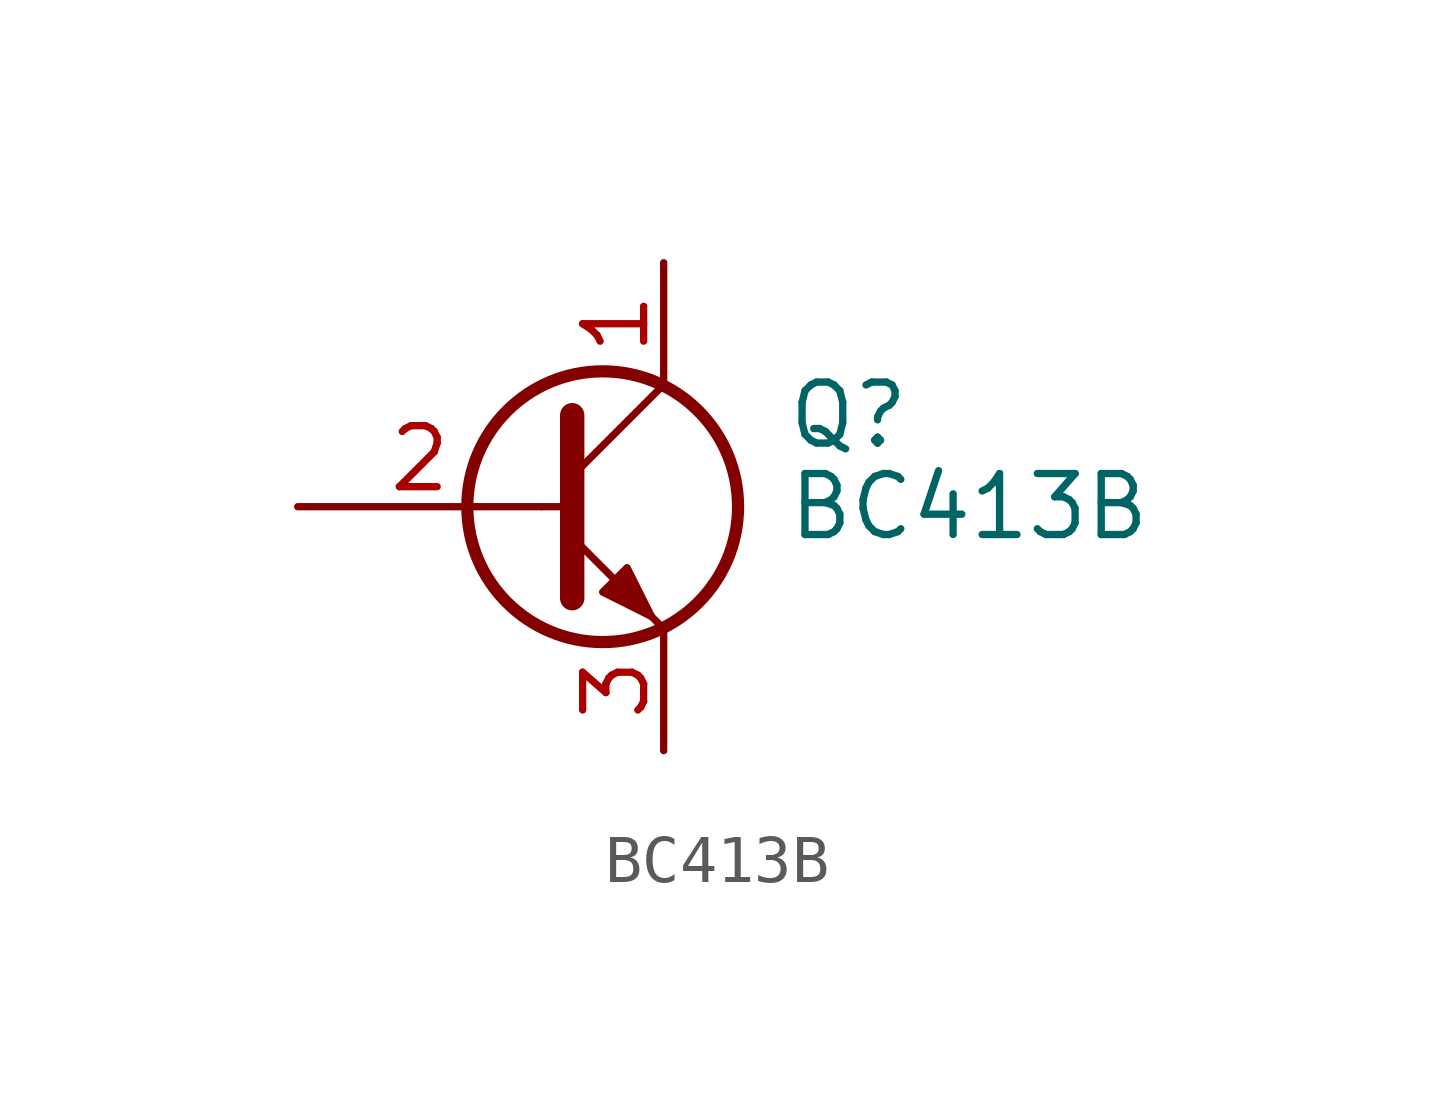
<source format=kicad_sym>
(kicad_symbol_lib
  (version 20211014)
  (generator kicad_symbol_editor)
  (symbol "BC413B"
    (pin_names
      (offset 0) hide)
    (property "Reference" "Q"
      (at 5.08 1.905 0)
      (effects (font (size 1.27 1.27)) (justify left)))
    (property "Value" "BC413B"
      (at 5.08 0 0)
      (effects (font (size 1.27 1.27)) (justify left)))
    (symbol "BC413B_0_1"
      (polyline (pts (xy 0 0) (xy 0.635 0)) (stroke (width 0) (type default) (color 0 0 0 0)) (fill (type none)))
      (polyline (pts (xy 0.635 0.635) (xy 2.54 2.54)) (stroke (width 0) (type default) (color 0 0 0 0)) (fill (type none)))
      (polyline (pts (xy 0.635 -0.635) (xy 2.54 -2.54) (xy 2.54 -2.54)) (stroke (width 0) (type default) (color 0 0 0 0)) (fill (type none)))
      (polyline (pts (xy 0.635 1.905) (xy 0.635 -1.905) (xy 0.635 -1.905)) (stroke (width 0.508) (type default) (color 0 0 0 0)) (fill (type none)))
      (polyline (pts (xy 1.27 -1.778) (xy 1.778 -1.27) (xy 2.286 -2.286) (xy 1.27 -1.778) (xy 1.27 -1.778)) (stroke (width 0) (type default) (color 0 0 0 0)) (fill (type outline)))
      (circle (center 1.27 0) (radius 2.819) (stroke (width 0.254) (type default) (color 0 0 0 0)) (fill (type none))))
    (symbol "BC413B_1_1"
      (pin passive line (at 2.54 5.08 270) (length 2.54) (name "C" (effects (font (size 1.27 1.27)))) (number "1" (effects (font (size 1.27 1.27)))))
      (pin input line (at -5.08 0 0) (length 5.08) (name "B" (effects (font (size 1.27 1.27)))) (number "2" (effects (font (size 1.27 1.27)))))
      (pin passive line (at 2.54 -5.08 90) (length 2.54) (name "E" (effects (font (size 1.27 1.27)))) (number "3" (effects (font (size 1.27 1.27))))))))
</source>
